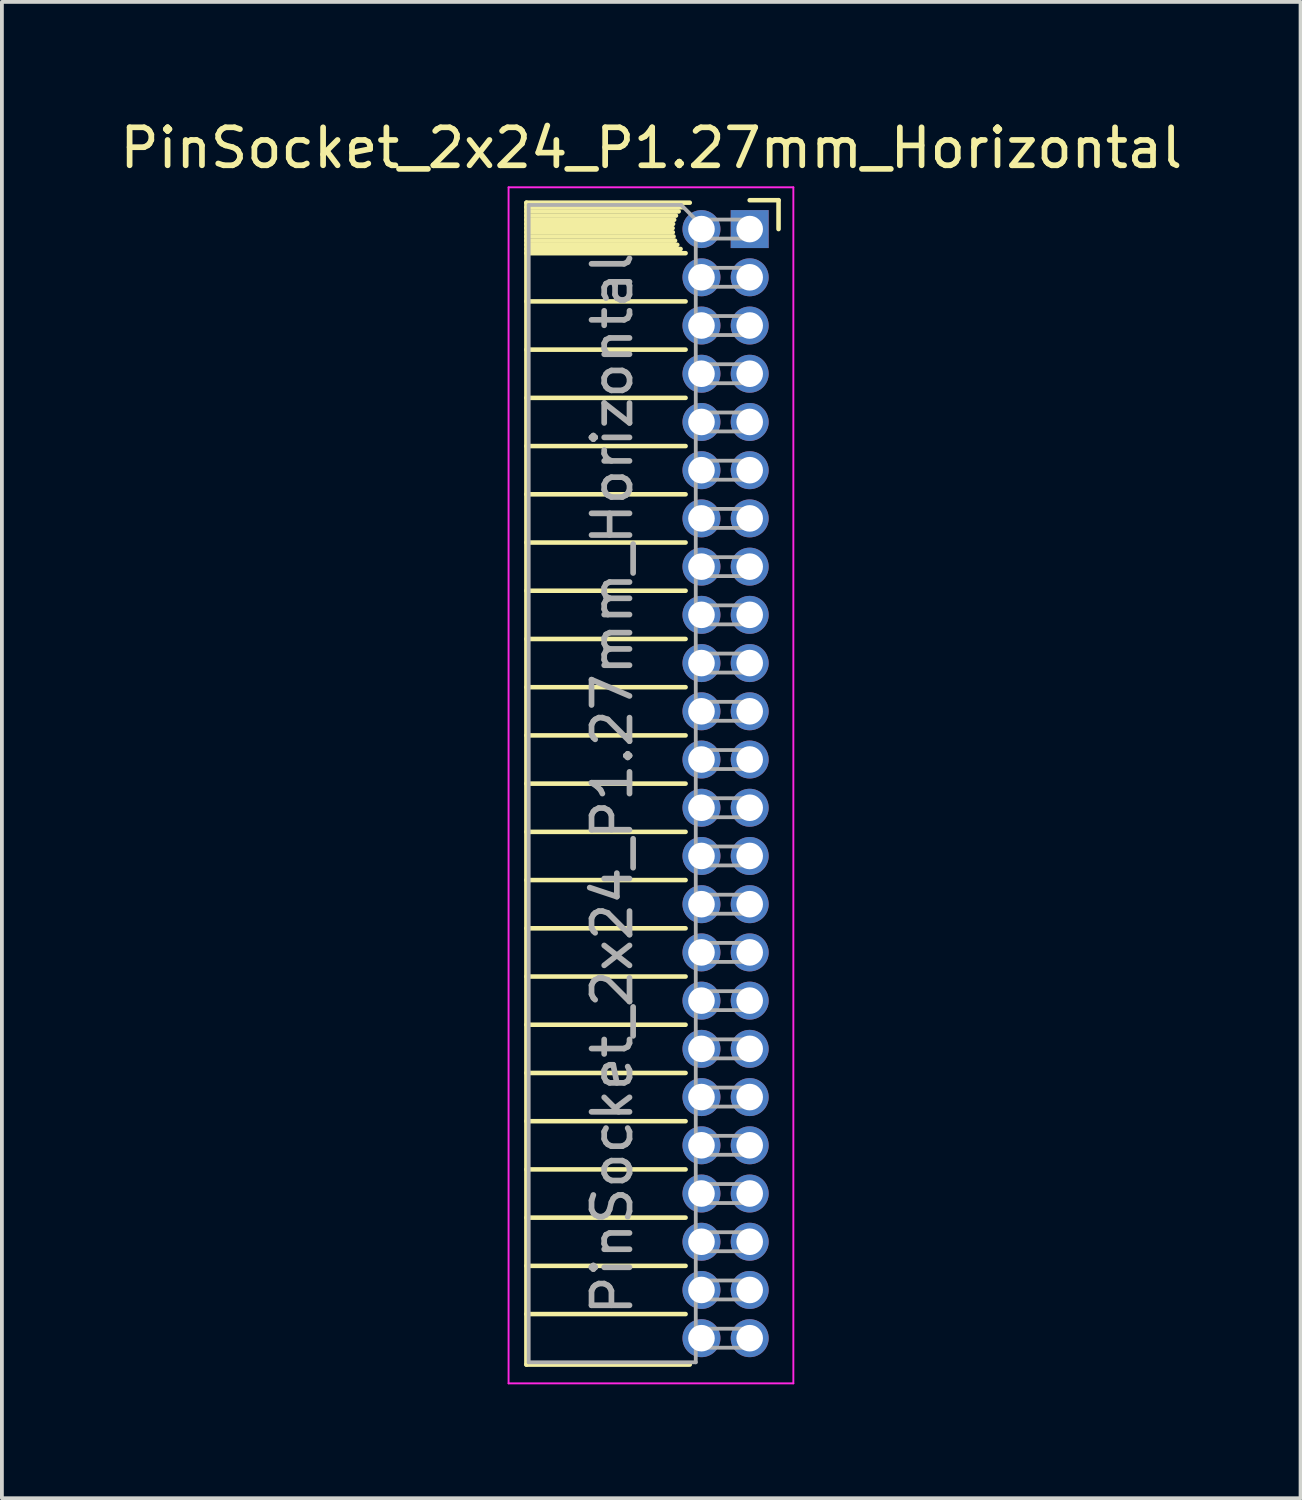
<source format=kicad_pcb>
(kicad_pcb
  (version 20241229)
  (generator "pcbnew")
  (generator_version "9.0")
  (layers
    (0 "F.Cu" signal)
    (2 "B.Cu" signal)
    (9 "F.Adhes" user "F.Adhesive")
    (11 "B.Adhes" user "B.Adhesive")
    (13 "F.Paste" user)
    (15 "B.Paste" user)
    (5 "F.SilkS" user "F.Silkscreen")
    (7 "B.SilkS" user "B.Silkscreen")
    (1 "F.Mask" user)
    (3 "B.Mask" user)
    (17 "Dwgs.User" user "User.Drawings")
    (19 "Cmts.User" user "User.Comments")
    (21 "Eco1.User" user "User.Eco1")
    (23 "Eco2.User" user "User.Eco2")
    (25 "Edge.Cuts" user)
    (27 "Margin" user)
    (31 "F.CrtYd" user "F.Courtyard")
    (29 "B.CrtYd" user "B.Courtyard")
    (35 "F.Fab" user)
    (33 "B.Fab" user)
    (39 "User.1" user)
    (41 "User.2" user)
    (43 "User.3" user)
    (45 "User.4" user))
  (footprint "PinSocket_2x24_P1.27mm_Horizontal"
    (layer "F.Cu")
    (at 16.694 2.983)
    (property "Reference" "PinSocket_2x24_P1.27mm_Horizontal" (at -2.592 -2.135 0) (layer "F.SilkS") (effects (font (size 1 1) (thickness 0.15))))
    (attr through_hole)
    (fp_line (start -5.88 -0.695) (end -5.88 29.905) (stroke (width 0.12) (type solid)) (layer "F.SilkS"))
    (fp_line (start -5.88 -0.695) (end -1.578 -0.695) (stroke (width 0.12) (type solid)) (layer "F.SilkS"))
    (fp_line (start -5.88 -0.575) (end -1.767 -0.575) (stroke (width 0.12) (type solid)) (layer "F.SilkS"))
    (fp_line (start -5.88 -0.465) (end -1.871 -0.465) (stroke (width 0.12) (type solid)) (layer "F.SilkS"))
    (fp_line (start -5.88 -0.355) (end -1.942 -0.355) (stroke (width 0.12) (type solid)) (layer "F.SilkS"))
    (fp_line (start -5.88 -0.245) (end -1.989 -0.245) (stroke (width 0.12) (type solid)) (layer "F.SilkS"))
    (fp_line (start -5.88 -0.135) (end -2.018 -0.135) (stroke (width 0.12) (type solid)) (layer "F.SilkS"))
    (fp_line (start -5.88 -0.025) (end -2.03 -0.025) (stroke (width 0.12) (type solid)) (layer "F.SilkS"))
    (fp_line (start -5.88 0.085) (end -2.025 0.085) (stroke (width 0.12) (type solid)) (layer "F.SilkS"))
    (fp_line (start -5.88 0.195) (end -2.005 0.195) (stroke (width 0.12) (type solid)) (layer "F.SilkS"))
    (fp_line (start -5.88 0.305) (end -1.966 0.305) (stroke (width 0.12) (type solid)) (layer "F.SilkS"))
    (fp_line (start -5.88 0.415) (end -1.907 0.415) (stroke (width 0.12) (type solid)) (layer "F.SilkS"))
    (fp_line (start -5.88 0.525) (end -1.82 0.525) (stroke (width 0.12) (type solid)) (layer "F.SilkS"))
    (fp_line (start -5.88 0.635) (end -1.688 0.635) (stroke (width 0.12) (type solid)) (layer "F.SilkS"))
    (fp_line (start -5.88 1.905) (end -1.688 1.905) (stroke (width 0.12) (type solid)) (layer "F.SilkS"))
    (fp_line (start -5.88 3.175) (end -1.688 3.175) (stroke (width 0.12) (type solid)) (layer "F.SilkS"))
    (fp_line (start -5.88 4.445) (end -1.688 4.445) (stroke (width 0.12) (type solid)) (layer "F.SilkS"))
    (fp_line (start -5.88 5.715) (end -1.688 5.715) (stroke (width 0.12) (type solid)) (layer "F.SilkS"))
    (fp_line (start -5.88 6.985) (end -1.688 6.985) (stroke (width 0.12) (type solid)) (layer "F.SilkS"))
    (fp_line (start -5.88 8.255) (end -1.688 8.255) (stroke (width 0.12) (type solid)) (layer "F.SilkS"))
    (fp_line (start -5.88 9.525) (end -1.688 9.525) (stroke (width 0.12) (type solid)) (layer "F.SilkS"))
    (fp_line (start -5.88 10.795) (end -1.688 10.795) (stroke (width 0.12) (type solid)) (layer "F.SilkS"))
    (fp_line (start -5.88 12.065) (end -1.688 12.065) (stroke (width 0.12) (type solid)) (layer "F.SilkS"))
    (fp_line (start -5.88 13.335) (end -1.688 13.335) (stroke (width 0.12) (type solid)) (layer "F.SilkS"))
    (fp_line (start -5.88 14.605) (end -1.688 14.605) (stroke (width 0.12) (type solid)) (layer "F.SilkS"))
    (fp_line (start -5.88 15.875) (end -1.688 15.875) (stroke (width 0.12) (type solid)) (layer "F.SilkS"))
    (fp_line (start -5.88 17.145) (end -1.688 17.145) (stroke (width 0.12) (type solid)) (layer "F.SilkS"))
    (fp_line (start -5.88 18.415) (end -1.688 18.415) (stroke (width 0.12) (type solid)) (layer "F.SilkS"))
    (fp_line (start -5.88 19.685) (end -1.688 19.685) (stroke (width 0.12) (type solid)) (layer "F.SilkS"))
    (fp_line (start -5.88 20.955) (end -1.688 20.955) (stroke (width 0.12) (type solid)) (layer "F.SilkS"))
    (fp_line (start -5.88 22.225) (end -1.688 22.225) (stroke (width 0.12) (type solid)) (layer "F.SilkS"))
    (fp_line (start -5.88 23.495) (end -1.688 23.495) (stroke (width 0.12) (type solid)) (layer "F.SilkS"))
    (fp_line (start -5.88 24.765) (end -1.688 24.765) (stroke (width 0.12) (type solid)) (layer "F.SilkS"))
    (fp_line (start -5.88 26.035) (end -1.688 26.035) (stroke (width 0.12) (type solid)) (layer "F.SilkS"))
    (fp_line (start -5.88 27.305) (end -1.688 27.305) (stroke (width 0.12) (type solid)) (layer "F.SilkS"))
    (fp_line (start -5.88 28.575) (end -1.688 28.575) (stroke (width 0.12) (type solid)) (layer "F.SilkS"))
    (fp_line (start -5.88 29.905) (end -1.578 29.905) (stroke (width 0.12) (type solid)) (layer "F.SilkS"))
    (fp_line (start 0 -0.76) (end 0.76 -0.76) (stroke (width 0.12) (type solid)) (layer "F.SilkS"))
    (fp_line (start 0.76 -0.76) (end 0.76 0) (stroke (width 0.12) (type solid)) (layer "F.SilkS"))
    (fp_line (start -6.35 -1.1) (end -6.35 30.4) (stroke (width 0.05) (type solid)) (layer "F.CrtYd"))
    (fp_line (start -6.35 30.4) (end 1.15 30.4) (stroke (width 0.05) (type solid)) (layer "F.CrtYd"))
    (fp_line (start 1.15 -1.1) (end -6.35 -1.1) (stroke (width 0.05) (type solid)) (layer "F.CrtYd"))
    (fp_line (start 1.15 30.4) (end 1.15 -1.1) (stroke (width 0.05) (type solid)) (layer "F.CrtYd"))
    (fp_line (start -5.82 -0.635) (end -1.805 -0.635) (stroke (width 0.1) (type solid)) (layer "F.Fab"))
    (fp_line (start -5.82 29.845) (end -5.82 -0.635) (stroke (width 0.1) (type solid)) (layer "F.Fab"))
    (fp_line (start -1.805 -0.635) (end -1.42 -0.25) (stroke (width 0.1) (type solid)) (layer "F.Fab"))
    (fp_line (start -1.42 -0.25) (end -1.42 29.845) (stroke (width 0.1) (type solid)) (layer "F.Fab"))
    (fp_line (start -1.42 0.25) (end 0 0.25) (stroke (width 0.1) (type solid)) (layer "F.Fab"))
    (fp_line (start -1.42 1.52) (end 0 1.52) (stroke (width 0.1) (type solid)) (layer "F.Fab"))
    (fp_line (start -1.42 2.79) (end 0 2.79) (stroke (width 0.1) (type solid)) (layer "F.Fab"))
    (fp_line (start -1.42 4.06) (end 0 4.06) (stroke (width 0.1) (type solid)) (layer "F.Fab"))
    (fp_line (start -1.42 5.33) (end 0 5.33) (stroke (width 0.1) (type solid)) (layer "F.Fab"))
    (fp_line (start -1.42 6.6) (end 0 6.6) (stroke (width 0.1) (type solid)) (layer "F.Fab"))
    (fp_line (start -1.42 7.87) (end 0 7.87) (stroke (width 0.1) (type solid)) (layer "F.Fab"))
    (fp_line (start -1.42 9.14) (end 0 9.14) (stroke (width 0.1) (type solid)) (layer "F.Fab"))
    (fp_line (start -1.42 10.41) (end 0 10.41) (stroke (width 0.1) (type solid)) (layer "F.Fab"))
    (fp_line (start -1.42 11.68) (end 0 11.68) (stroke (width 0.1) (type solid)) (layer "F.Fab"))
    (fp_line (start -1.42 12.95) (end 0 12.95) (stroke (width 0.1) (type solid)) (layer "F.Fab"))
    (fp_line (start -1.42 14.22) (end 0 14.22) (stroke (width 0.1) (type solid)) (layer "F.Fab"))
    (fp_line (start -1.42 15.49) (end 0 15.49) (stroke (width 0.1) (type solid)) (layer "F.Fab"))
    (fp_line (start -1.42 16.76) (end 0 16.76) (stroke (width 0.1) (type solid)) (layer "F.Fab"))
    (fp_line (start -1.42 18.03) (end 0 18.03) (stroke (width 0.1) (type solid)) (layer "F.Fab"))
    (fp_line (start -1.42 19.3) (end 0 19.3) (stroke (width 0.1) (type solid)) (layer "F.Fab"))
    (fp_line (start -1.42 20.57) (end 0 20.57) (stroke (width 0.1) (type solid)) (layer "F.Fab"))
    (fp_line (start -1.42 21.84) (end 0 21.84) (stroke (width 0.1) (type solid)) (layer "F.Fab"))
    (fp_line (start -1.42 23.11) (end 0 23.11) (stroke (width 0.1) (type solid)) (layer "F.Fab"))
    (fp_line (start -1.42 24.38) (end 0 24.38) (stroke (width 0.1) (type solid)) (layer "F.Fab"))
    (fp_line (start -1.42 25.65) (end 0 25.65) (stroke (width 0.1) (type solid)) (layer "F.Fab"))
    (fp_line (start -1.42 26.92) (end 0 26.92) (stroke (width 0.1) (type solid)) (layer "F.Fab"))
    (fp_line (start -1.42 28.19) (end 0 28.19) (stroke (width 0.1) (type solid)) (layer "F.Fab"))
    (fp_line (start -1.42 29.46) (end 0 29.46) (stroke (width 0.1) (type solid)) (layer "F.Fab"))
    (fp_line (start -1.42 29.845) (end -5.82 29.845) (stroke (width 0.1) (type solid)) (layer "F.Fab"))
    (fp_line (start 0 -0.25) (end -1.42 -0.25) (stroke (width 0.1) (type solid)) (layer "F.Fab"))
    (fp_line (start 0 0.25) (end 0 -0.25) (stroke (width 0.1) (type solid)) (layer "F.Fab"))
    (fp_line (start 0 1.02) (end -1.42 1.02) (stroke (width 0.1) (type solid)) (layer "F.Fab"))
    (fp_line (start 0 1.52) (end 0 1.02) (stroke (width 0.1) (type solid)) (layer "F.Fab"))
    (fp_line (start 0 2.29) (end -1.42 2.29) (stroke (width 0.1) (type solid)) (layer "F.Fab"))
    (fp_line (start 0 2.79) (end 0 2.29) (stroke (width 0.1) (type solid)) (layer "F.Fab"))
    (fp_line (start 0 3.56) (end -1.42 3.56) (stroke (width 0.1) (type solid)) (layer "F.Fab"))
    (fp_line (start 0 4.06) (end 0 3.56) (stroke (width 0.1) (type solid)) (layer "F.Fab"))
    (fp_line (start 0 4.83) (end -1.42 4.83) (stroke (width 0.1) (type solid)) (layer "F.Fab"))
    (fp_line (start 0 5.33) (end 0 4.83) (stroke (width 0.1) (type solid)) (layer "F.Fab"))
    (fp_line (start 0 6.1) (end -1.42 6.1) (stroke (width 0.1) (type solid)) (layer "F.Fab"))
    (fp_line (start 0 6.6) (end 0 6.1) (stroke (width 0.1) (type solid)) (layer "F.Fab"))
    (fp_line (start 0 7.37) (end -1.42 7.37) (stroke (width 0.1) (type solid)) (layer "F.Fab"))
    (fp_line (start 0 7.87) (end 0 7.37) (stroke (width 0.1) (type solid)) (layer "F.Fab"))
    (fp_line (start 0 8.64) (end -1.42 8.64) (stroke (width 0.1) (type solid)) (layer "F.Fab"))
    (fp_line (start 0 9.14) (end 0 8.64) (stroke (width 0.1) (type solid)) (layer "F.Fab"))
    (fp_line (start 0 9.91) (end -1.42 9.91) (stroke (width 0.1) (type solid)) (layer "F.Fab"))
    (fp_line (start 0 10.41) (end 0 9.91) (stroke (width 0.1) (type solid)) (layer "F.Fab"))
    (fp_line (start 0 11.18) (end -1.42 11.18) (stroke (width 0.1) (type solid)) (layer "F.Fab"))
    (fp_line (start 0 11.68) (end 0 11.18) (stroke (width 0.1) (type solid)) (layer "F.Fab"))
    (fp_line (start 0 12.45) (end -1.42 12.45) (stroke (width 0.1) (type solid)) (layer "F.Fab"))
    (fp_line (start 0 12.95) (end 0 12.45) (stroke (width 0.1) (type solid)) (layer "F.Fab"))
    (fp_line (start 0 13.72) (end -1.42 13.72) (stroke (width 0.1) (type solid)) (layer "F.Fab"))
    (fp_line (start 0 14.22) (end 0 13.72) (stroke (width 0.1) (type solid)) (layer "F.Fab"))
    (fp_line (start 0 14.99) (end -1.42 14.99) (stroke (width 0.1) (type solid)) (layer "F.Fab"))
    (fp_line (start 0 15.49) (end 0 14.99) (stroke (width 0.1) (type solid)) (layer "F.Fab"))
    (fp_line (start 0 16.26) (end -1.42 16.26) (stroke (width 0.1) (type solid)) (layer "F.Fab"))
    (fp_line (start 0 16.76) (end 0 16.26) (stroke (width 0.1) (type solid)) (layer "F.Fab"))
    (fp_line (start 0 17.53) (end -1.42 17.53) (stroke (width 0.1) (type solid)) (layer "F.Fab"))
    (fp_line (start 0 18.03) (end 0 17.53) (stroke (width 0.1) (type solid)) (layer "F.Fab"))
    (fp_line (start 0 18.8) (end -1.42 18.8) (stroke (width 0.1) (type solid)) (layer "F.Fab"))
    (fp_line (start 0 19.3) (end 0 18.8) (stroke (width 0.1) (type solid)) (layer "F.Fab"))
    (fp_line (start 0 20.07) (end -1.42 20.07) (stroke (width 0.1) (type solid)) (layer "F.Fab"))
    (fp_line (start 0 20.57) (end 0 20.07) (stroke (width 0.1) (type solid)) (layer "F.Fab"))
    (fp_line (start 0 21.34) (end -1.42 21.34) (stroke (width 0.1) (type solid)) (layer "F.Fab"))
    (fp_line (start 0 21.84) (end 0 21.34) (stroke (width 0.1) (type solid)) (layer "F.Fab"))
    (fp_line (start 0 22.61) (end -1.42 22.61) (stroke (width 0.1) (type solid)) (layer "F.Fab"))
    (fp_line (start 0 23.11) (end 0 22.61) (stroke (width 0.1) (type solid)) (layer "F.Fab"))
    (fp_line (start 0 23.88) (end -1.42 23.88) (stroke (width 0.1) (type solid)) (layer "F.Fab"))
    (fp_line (start 0 24.38) (end 0 23.88) (stroke (width 0.1) (type solid)) (layer "F.Fab"))
    (fp_line (start 0 25.15) (end -1.42 25.15) (stroke (width 0.1) (type solid)) (layer "F.Fab"))
    (fp_line (start 0 25.65) (end 0 25.15) (stroke (width 0.1) (type solid)) (layer "F.Fab"))
    (fp_line (start 0 26.42) (end -1.42 26.42) (stroke (width 0.1) (type solid)) (layer "F.Fab"))
    (fp_line (start 0 26.92) (end 0 26.42) (stroke (width 0.1) (type solid)) (layer "F.Fab"))
    (fp_line (start 0 27.69) (end -1.42 27.69) (stroke (width 0.1) (type solid)) (layer "F.Fab"))
    (fp_line (start 0 28.19) (end 0 27.69) (stroke (width 0.1) (type solid)) (layer "F.Fab"))
    (fp_line (start 0 28.96) (end -1.42 28.96) (stroke (width 0.1) (type solid)) (layer "F.Fab"))
    (fp_line (start 0 29.46) (end 0 28.96) (stroke (width 0.1) (type solid)) (layer "F.Fab"))
    (fp_text user "${REFERENCE}" (at -3.62 14.605 90) (layer "F.Fab") (effects (font (size 1 1) (thickness 0.15))))
    (pad "1" thru_hole rect (at 0 0) (size 1 1) (drill 0.7) (layers "*.Cu" "*.Mask"))
    (pad "2" thru_hole oval (at -1.27 0) (size 1 1) (drill 0.7) (layers "*.Cu" "*.Mask"))
    (pad "3" thru_hole oval (at 0 1.27) (size 1 1) (drill 0.7) (layers "*.Cu" "*.Mask"))
    (pad "4" thru_hole oval (at -1.27 1.27) (size 1 1) (drill 0.7) (layers "*.Cu" "*.Mask"))
    (pad "5" thru_hole oval (at 0 2.54) (size 1 1) (drill 0.7) (layers "*.Cu" "*.Mask"))
    (pad "6" thru_hole oval (at -1.27 2.54) (size 1 1) (drill 0.7) (layers "*.Cu" "*.Mask"))
    (pad "7" thru_hole oval (at 0 3.81) (size 1 1) (drill 0.7) (layers "*.Cu" "*.Mask"))
    (pad "8" thru_hole oval (at -1.27 3.81) (size 1 1) (drill 0.7) (layers "*.Cu" "*.Mask"))
    (pad "9" thru_hole oval (at 0 5.08) (size 1 1) (drill 0.7) (layers "*.Cu" "*.Mask"))
    (pad "10" thru_hole oval (at -1.27 5.08) (size 1 1) (drill 0.7) (layers "*.Cu" "*.Mask"))
    (pad "11" thru_hole oval (at 0 6.35) (size 1 1) (drill 0.7) (layers "*.Cu" "*.Mask"))
    (pad "12" thru_hole oval (at -1.27 6.35) (size 1 1) (drill 0.7) (layers "*.Cu" "*.Mask"))
    (pad "13" thru_hole oval (at 0 7.62) (size 1 1) (drill 0.7) (layers "*.Cu" "*.Mask"))
    (pad "14" thru_hole oval (at -1.27 7.62) (size 1 1) (drill 0.7) (layers "*.Cu" "*.Mask"))
    (pad "15" thru_hole oval (at 0 8.89) (size 1 1) (drill 0.7) (layers "*.Cu" "*.Mask"))
    (pad "16" thru_hole oval (at -1.27 8.89) (size 1 1) (drill 0.7) (layers "*.Cu" "*.Mask"))
    (pad "17" thru_hole oval (at 0 10.16) (size 1 1) (drill 0.7) (layers "*.Cu" "*.Mask"))
    (pad "18" thru_hole oval (at -1.27 10.16) (size 1 1) (drill 0.7) (layers "*.Cu" "*.Mask"))
    (pad "19" thru_hole oval (at 0 11.43) (size 1 1) (drill 0.7) (layers "*.Cu" "*.Mask"))
    (pad "20" thru_hole oval (at -1.27 11.43) (size 1 1) (drill 0.7) (layers "*.Cu" "*.Mask"))
    (pad "21" thru_hole oval (at 0 12.7) (size 1 1) (drill 0.7) (layers "*.Cu" "*.Mask"))
    (pad "22" thru_hole oval (at -1.27 12.7) (size 1 1) (drill 0.7) (layers "*.Cu" "*.Mask"))
    (pad "23" thru_hole oval (at 0 13.97) (size 1 1) (drill 0.7) (layers "*.Cu" "*.Mask"))
    (pad "24" thru_hole oval (at -1.27 13.97) (size 1 1) (drill 0.7) (layers "*.Cu" "*.Mask"))
    (pad "25" thru_hole oval (at 0 15.24) (size 1 1) (drill 0.7) (layers "*.Cu" "*.Mask"))
    (pad "26" thru_hole oval (at -1.27 15.24) (size 1 1) (drill 0.7) (layers "*.Cu" "*.Mask"))
    (pad "27" thru_hole oval (at 0 16.51) (size 1 1) (drill 0.7) (layers "*.Cu" "*.Mask"))
    (pad "28" thru_hole oval (at -1.27 16.51) (size 1 1) (drill 0.7) (layers "*.Cu" "*.Mask"))
    (pad "29" thru_hole oval (at 0 17.78) (size 1 1) (drill 0.7) (layers "*.Cu" "*.Mask"))
    (pad "30" thru_hole oval (at -1.27 17.78) (size 1 1) (drill 0.7) (layers "*.Cu" "*.Mask"))
    (pad "31" thru_hole oval (at 0 19.05) (size 1 1) (drill 0.7) (layers "*.Cu" "*.Mask"))
    (pad "32" thru_hole oval (at -1.27 19.05) (size 1 1) (drill 0.7) (layers "*.Cu" "*.Mask"))
    (pad "33" thru_hole oval (at 0 20.32) (size 1 1) (drill 0.7) (layers "*.Cu" "*.Mask"))
    (pad "34" thru_hole oval (at -1.27 20.32) (size 1 1) (drill 0.7) (layers "*.Cu" "*.Mask"))
    (pad "35" thru_hole oval (at 0 21.59) (size 1 1) (drill 0.7) (layers "*.Cu" "*.Mask"))
    (pad "36" thru_hole oval (at -1.27 21.59) (size 1 1) (drill 0.7) (layers "*.Cu" "*.Mask"))
    (pad "37" thru_hole oval (at 0 22.86) (size 1 1) (drill 0.7) (layers "*.Cu" "*.Mask"))
    (pad "38" thru_hole oval (at -1.27 22.86) (size 1 1) (drill 0.7) (layers "*.Cu" "*.Mask"))
    (pad "39" thru_hole oval (at 0 24.13) (size 1 1) (drill 0.7) (layers "*.Cu" "*.Mask"))
    (pad "40" thru_hole oval (at -1.27 24.13) (size 1 1) (drill 0.7) (layers "*.Cu" "*.Mask"))
    (pad "41" thru_hole oval (at 0 25.4) (size 1 1) (drill 0.7) (layers "*.Cu" "*.Mask"))
    (pad "42" thru_hole oval (at -1.27 25.4) (size 1 1) (drill 0.7) (layers "*.Cu" "*.Mask"))
    (pad "43" thru_hole oval (at 0 26.67) (size 1 1) (drill 0.7) (layers "*.Cu" "*.Mask"))
    (pad "44" thru_hole oval (at -1.27 26.67) (size 1 1) (drill 0.7) (layers "*.Cu" "*.Mask"))
    (pad "45" thru_hole oval (at 0 27.94) (size 1 1) (drill 0.7) (layers "*.Cu" "*.Mask"))
    (pad "46" thru_hole oval (at -1.27 27.94) (size 1 1) (drill 0.7) (layers "*.Cu" "*.Mask"))
    (pad "47" thru_hole oval (at 0 29.21) (size 1 1) (drill 0.7) (layers "*.Cu" "*.Mask"))
    (pad "48" thru_hole oval (at -1.27 29.21) (size 1 1) (drill 0.7) (layers "*.Cu" "*.Mask")))
  (gr_rect
    (start -3 -3)
    (end 31.202 36.408)
    (stroke (width 0.1) (type default))
    (fill no)
    (layer "Edge.Cuts")))
</source>
